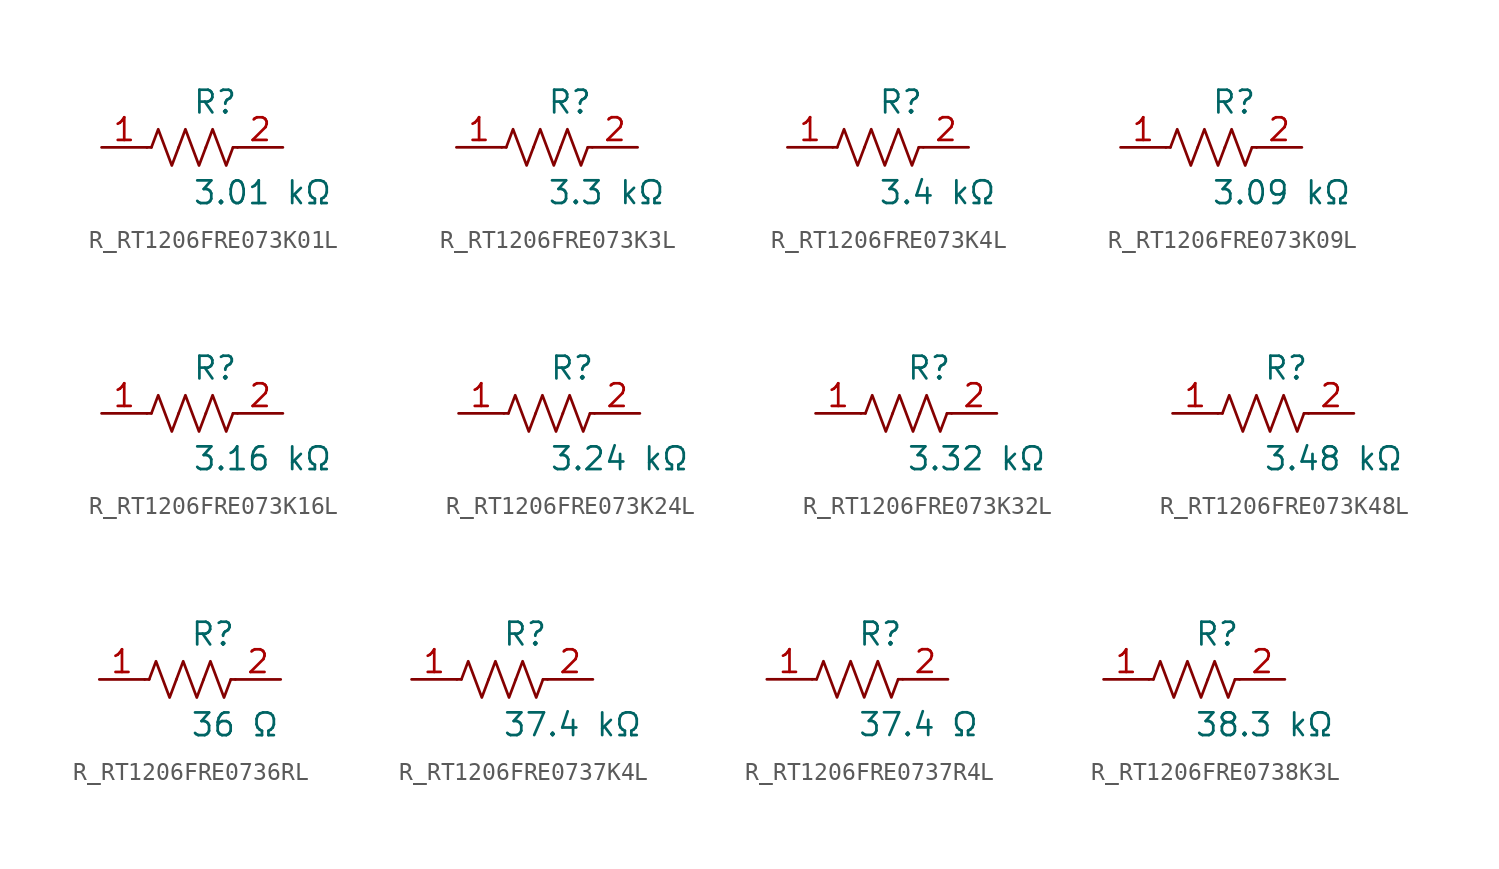
<source format=kicad_sym>
(kicad_symbol_lib
  (version 20231120)
  (generator kicad_symbol_editor)
  (generator_version 8.0)
  (symbol "R_RT1206FRE073K01L"
    (pin_names
      (offset 0.254))
    (property "Reference" "R"
      (at 0 2.54 0)
      (effects (font (size 1.27 1.27)) (justify left)))
    (property "Value" "3.01 kΩ"
      (at 0 -2.54 0)
      (effects (font (size 1.27 1.27)) (justify left)))
    (symbol "R_RT1206FRE073K01L_0_1"
      (polyline (pts (xy 2.286 0) (xy 2.54 0)) (stroke (width 0) (type default)) (fill (type none)))
      (polyline (pts (xy -2.286 0) (xy -2.54 0)) (stroke (width 0) (type default)) (fill (type none)))
      (polyline (pts (xy 0.762 0) (xy 1.143 1.016) (xy 1.524 0) (xy 1.905 -1.016) (xy 2.286 0)) (stroke (width 0) (type default)) (fill (type none)))
      (polyline (pts (xy -0.762 0) (xy -0.381 1.016) (xy 0 0) (xy 0.381 -1.016) (xy 0.762 0)) (stroke (width 0) (type default)) (fill (type none)))
      (polyline (pts (xy -2.286 0) (xy -1.905 1.016) (xy -1.524 0) (xy -1.143 -1.016) (xy -0.762 0)) (stroke (width 0) (type default)) (fill (type none))))
    (pin unspecified line
      (at -5.08 0 0)
      (length 2.54)
      (name "" (effects (font (size 1.27 1.27))))
      (number "1" (effects (font (size 1.27 1.27)))))
    (pin unspecified line
      (at 5.08 0 180)
      (length 2.54)
      (name "" (effects (font (size 1.27 1.27))))
      (number "2" (effects (font (size 1.27 1.27))))))
  (symbol "R_RT1206FRE073K3L"
    (pin_names
      (offset 0.254))
    (property "Reference" "R"
      (at 0 2.54 0)
      (effects (font (size 1.27 1.27)) (justify left)))
    (property "Value" "3.3 kΩ"
      (at 0 -2.54 0)
      (effects (font (size 1.27 1.27)) (justify left)))
    (symbol "R_RT1206FRE073K3L_0_1"
      (polyline (pts (xy 2.286 0) (xy 2.54 0)) (stroke (width 0) (type default)) (fill (type none)))
      (polyline (pts (xy -2.286 0) (xy -2.54 0)) (stroke (width 0) (type default)) (fill (type none)))
      (polyline (pts (xy 0.762 0) (xy 1.143 1.016) (xy 1.524 0) (xy 1.905 -1.016) (xy 2.286 0)) (stroke (width 0) (type default)) (fill (type none)))
      (polyline (pts (xy -0.762 0) (xy -0.381 1.016) (xy 0 0) (xy 0.381 -1.016) (xy 0.762 0)) (stroke (width 0) (type default)) (fill (type none)))
      (polyline (pts (xy -2.286 0) (xy -1.905 1.016) (xy -1.524 0) (xy -1.143 -1.016) (xy -0.762 0)) (stroke (width 0) (type default)) (fill (type none))))
    (pin unspecified line
      (at -5.08 0 0)
      (length 2.54)
      (name "" (effects (font (size 1.27 1.27))))
      (number "1" (effects (font (size 1.27 1.27)))))
    (pin unspecified line
      (at 5.08 0 180)
      (length 2.54)
      (name "" (effects (font (size 1.27 1.27))))
      (number "2" (effects (font (size 1.27 1.27))))))
  (symbol "R_RT1206FRE073K4L"
    (pin_names
      (offset 0.254))
    (property "Reference" "R"
      (at 0 2.54 0)
      (effects (font (size 1.27 1.27)) (justify left)))
    (property "Value" "3.4 kΩ"
      (at 0 -2.54 0)
      (effects (font (size 1.27 1.27)) (justify left)))
    (symbol "R_RT1206FRE073K4L_0_1"
      (polyline (pts (xy 2.286 0) (xy 2.54 0)) (stroke (width 0) (type default)) (fill (type none)))
      (polyline (pts (xy -2.286 0) (xy -2.54 0)) (stroke (width 0) (type default)) (fill (type none)))
      (polyline (pts (xy 0.762 0) (xy 1.143 1.016) (xy 1.524 0) (xy 1.905 -1.016) (xy 2.286 0)) (stroke (width 0) (type default)) (fill (type none)))
      (polyline (pts (xy -0.762 0) (xy -0.381 1.016) (xy 0 0) (xy 0.381 -1.016) (xy 0.762 0)) (stroke (width 0) (type default)) (fill (type none)))
      (polyline (pts (xy -2.286 0) (xy -1.905 1.016) (xy -1.524 0) (xy -1.143 -1.016) (xy -0.762 0)) (stroke (width 0) (type default)) (fill (type none))))
    (pin unspecified line
      (at -5.08 0 0)
      (length 2.54)
      (name "" (effects (font (size 1.27 1.27))))
      (number "1" (effects (font (size 1.27 1.27)))))
    (pin unspecified line
      (at 5.08 0 180)
      (length 2.54)
      (name "" (effects (font (size 1.27 1.27))))
      (number "2" (effects (font (size 1.27 1.27))))))
  (symbol "R_RT1206FRE073K09L"
    (pin_names
      (offset 0.254))
    (property "Reference" "R"
      (at 0 2.54 0)
      (effects (font (size 1.27 1.27)) (justify left)))
    (property "Value" "3.09 kΩ"
      (at 0 -2.54 0)
      (effects (font (size 1.27 1.27)) (justify left)))
    (symbol "R_RT1206FRE073K09L_0_1"
      (polyline (pts (xy 2.286 0) (xy 2.54 0)) (stroke (width 0) (type default)) (fill (type none)))
      (polyline (pts (xy -2.286 0) (xy -2.54 0)) (stroke (width 0) (type default)) (fill (type none)))
      (polyline (pts (xy 0.762 0) (xy 1.143 1.016) (xy 1.524 0) (xy 1.905 -1.016) (xy 2.286 0)) (stroke (width 0) (type default)) (fill (type none)))
      (polyline (pts (xy -0.762 0) (xy -0.381 1.016) (xy 0 0) (xy 0.381 -1.016) (xy 0.762 0)) (stroke (width 0) (type default)) (fill (type none)))
      (polyline (pts (xy -2.286 0) (xy -1.905 1.016) (xy -1.524 0) (xy -1.143 -1.016) (xy -0.762 0)) (stroke (width 0) (type default)) (fill (type none))))
    (pin unspecified line
      (at -5.08 0 0)
      (length 2.54)
      (name "" (effects (font (size 1.27 1.27))))
      (number "1" (effects (font (size 1.27 1.27)))))
    (pin unspecified line
      (at 5.08 0 180)
      (length 2.54)
      (name "" (effects (font (size 1.27 1.27))))
      (number "2" (effects (font (size 1.27 1.27))))))
  (symbol "R_RT1206FRE073K16L"
    (pin_names
      (offset 0.254))
    (property "Reference" "R"
      (at 0 2.54 0)
      (effects (font (size 1.27 1.27)) (justify left)))
    (property "Value" "3.16 kΩ"
      (at 0 -2.54 0)
      (effects (font (size 1.27 1.27)) (justify left)))
    (symbol "R_RT1206FRE073K16L_0_1"
      (polyline (pts (xy 2.286 0) (xy 2.54 0)) (stroke (width 0) (type default)) (fill (type none)))
      (polyline (pts (xy -2.286 0) (xy -2.54 0)) (stroke (width 0) (type default)) (fill (type none)))
      (polyline (pts (xy 0.762 0) (xy 1.143 1.016) (xy 1.524 0) (xy 1.905 -1.016) (xy 2.286 0)) (stroke (width 0) (type default)) (fill (type none)))
      (polyline (pts (xy -0.762 0) (xy -0.381 1.016) (xy 0 0) (xy 0.381 -1.016) (xy 0.762 0)) (stroke (width 0) (type default)) (fill (type none)))
      (polyline (pts (xy -2.286 0) (xy -1.905 1.016) (xy -1.524 0) (xy -1.143 -1.016) (xy -0.762 0)) (stroke (width 0) (type default)) (fill (type none))))
    (pin unspecified line
      (at -5.08 0 0)
      (length 2.54)
      (name "" (effects (font (size 1.27 1.27))))
      (number "1" (effects (font (size 1.27 1.27)))))
    (pin unspecified line
      (at 5.08 0 180)
      (length 2.54)
      (name "" (effects (font (size 1.27 1.27))))
      (number "2" (effects (font (size 1.27 1.27))))))
  (symbol "R_RT1206FRE073K24L"
    (pin_names
      (offset 0.254))
    (property "Reference" "R"
      (at 0 2.54 0)
      (effects (font (size 1.27 1.27)) (justify left)))
    (property "Value" "3.24 kΩ"
      (at 0 -2.54 0)
      (effects (font (size 1.27 1.27)) (justify left)))
    (symbol "R_RT1206FRE073K24L_0_1"
      (polyline (pts (xy 2.286 0) (xy 2.54 0)) (stroke (width 0) (type default)) (fill (type none)))
      (polyline (pts (xy -2.286 0) (xy -2.54 0)) (stroke (width 0) (type default)) (fill (type none)))
      (polyline (pts (xy 0.762 0) (xy 1.143 1.016) (xy 1.524 0) (xy 1.905 -1.016) (xy 2.286 0)) (stroke (width 0) (type default)) (fill (type none)))
      (polyline (pts (xy -0.762 0) (xy -0.381 1.016) (xy 0 0) (xy 0.381 -1.016) (xy 0.762 0)) (stroke (width 0) (type default)) (fill (type none)))
      (polyline (pts (xy -2.286 0) (xy -1.905 1.016) (xy -1.524 0) (xy -1.143 -1.016) (xy -0.762 0)) (stroke (width 0) (type default)) (fill (type none))))
    (pin unspecified line
      (at -5.08 0 0)
      (length 2.54)
      (name "" (effects (font (size 1.27 1.27))))
      (number "1" (effects (font (size 1.27 1.27)))))
    (pin unspecified line
      (at 5.08 0 180)
      (length 2.54)
      (name "" (effects (font (size 1.27 1.27))))
      (number "2" (effects (font (size 1.27 1.27))))))
  (symbol "R_RT1206FRE073K32L"
    (pin_names
      (offset 0.254))
    (property "Reference" "R"
      (at 0 2.54 0)
      (effects (font (size 1.27 1.27)) (justify left)))
    (property "Value" "3.32 kΩ"
      (at 0 -2.54 0)
      (effects (font (size 1.27 1.27)) (justify left)))
    (symbol "R_RT1206FRE073K32L_0_1"
      (polyline (pts (xy 2.286 0) (xy 2.54 0)) (stroke (width 0) (type default)) (fill (type none)))
      (polyline (pts (xy -2.286 0) (xy -2.54 0)) (stroke (width 0) (type default)) (fill (type none)))
      (polyline (pts (xy 0.762 0) (xy 1.143 1.016) (xy 1.524 0) (xy 1.905 -1.016) (xy 2.286 0)) (stroke (width 0) (type default)) (fill (type none)))
      (polyline (pts (xy -0.762 0) (xy -0.381 1.016) (xy 0 0) (xy 0.381 -1.016) (xy 0.762 0)) (stroke (width 0) (type default)) (fill (type none)))
      (polyline (pts (xy -2.286 0) (xy -1.905 1.016) (xy -1.524 0) (xy -1.143 -1.016) (xy -0.762 0)) (stroke (width 0) (type default)) (fill (type none))))
    (pin unspecified line
      (at -5.08 0 0)
      (length 2.54)
      (name "" (effects (font (size 1.27 1.27))))
      (number "1" (effects (font (size 1.27 1.27)))))
    (pin unspecified line
      (at 5.08 0 180)
      (length 2.54)
      (name "" (effects (font (size 1.27 1.27))))
      (number "2" (effects (font (size 1.27 1.27))))))
  (symbol "R_RT1206FRE073K48L"
    (pin_names
      (offset 0.254))
    (property "Reference" "R"
      (at 0 2.54 0)
      (effects (font (size 1.27 1.27)) (justify left)))
    (property "Value" "3.48 kΩ"
      (at 0 -2.54 0)
      (effects (font (size 1.27 1.27)) (justify left)))
    (symbol "R_RT1206FRE073K48L_0_1"
      (polyline (pts (xy 2.286 0) (xy 2.54 0)) (stroke (width 0) (type default)) (fill (type none)))
      (polyline (pts (xy -2.286 0) (xy -2.54 0)) (stroke (width 0) (type default)) (fill (type none)))
      (polyline (pts (xy 0.762 0) (xy 1.143 1.016) (xy 1.524 0) (xy 1.905 -1.016) (xy 2.286 0)) (stroke (width 0) (type default)) (fill (type none)))
      (polyline (pts (xy -0.762 0) (xy -0.381 1.016) (xy 0 0) (xy 0.381 -1.016) (xy 0.762 0)) (stroke (width 0) (type default)) (fill (type none)))
      (polyline (pts (xy -2.286 0) (xy -1.905 1.016) (xy -1.524 0) (xy -1.143 -1.016) (xy -0.762 0)) (stroke (width 0) (type default)) (fill (type none))))
    (pin unspecified line
      (at -5.08 0 0)
      (length 2.54)
      (name "" (effects (font (size 1.27 1.27))))
      (number "1" (effects (font (size 1.27 1.27)))))
    (pin unspecified line
      (at 5.08 0 180)
      (length 2.54)
      (name "" (effects (font (size 1.27 1.27))))
      (number "2" (effects (font (size 1.27 1.27))))))
  (symbol "R_RT1206FRE0736RL"
    (pin_names
      (offset 0.254))
    (property "Reference" "R"
      (at 0 2.54 0)
      (effects (font (size 1.27 1.27)) (justify left)))
    (property "Value" "36 Ω"
      (at 0 -2.54 0)
      (effects (font (size 1.27 1.27)) (justify left)))
    (symbol "R_RT1206FRE0736RL_0_1"
      (polyline (pts (xy 2.286 0) (xy 2.54 0)) (stroke (width 0) (type default)) (fill (type none)))
      (polyline (pts (xy -2.286 0) (xy -2.54 0)) (stroke (width 0) (type default)) (fill (type none)))
      (polyline (pts (xy 0.762 0) (xy 1.143 1.016) (xy 1.524 0) (xy 1.905 -1.016) (xy 2.286 0)) (stroke (width 0) (type default)) (fill (type none)))
      (polyline (pts (xy -0.762 0) (xy -0.381 1.016) (xy 0 0) (xy 0.381 -1.016) (xy 0.762 0)) (stroke (width 0) (type default)) (fill (type none)))
      (polyline (pts (xy -2.286 0) (xy -1.905 1.016) (xy -1.524 0) (xy -1.143 -1.016) (xy -0.762 0)) (stroke (width 0) (type default)) (fill (type none))))
    (pin unspecified line
      (at -5.08 0 0)
      (length 2.54)
      (name "" (effects (font (size 1.27 1.27))))
      (number "1" (effects (font (size 1.27 1.27)))))
    (pin unspecified line
      (at 5.08 0 180)
      (length 2.54)
      (name "" (effects (font (size 1.27 1.27))))
      (number "2" (effects (font (size 1.27 1.27))))))
  (symbol "R_RT1206FRE0737K4L"
    (pin_names
      (offset 0.254))
    (property "Reference" "R"
      (at 0 2.54 0)
      (effects (font (size 1.27 1.27)) (justify left)))
    (property "Value" "37.4 kΩ"
      (at 0 -2.54 0)
      (effects (font (size 1.27 1.27)) (justify left)))
    (symbol "R_RT1206FRE0737K4L_0_1"
      (polyline (pts (xy 2.286 0) (xy 2.54 0)) (stroke (width 0) (type default)) (fill (type none)))
      (polyline (pts (xy -2.286 0) (xy -2.54 0)) (stroke (width 0) (type default)) (fill (type none)))
      (polyline (pts (xy 0.762 0) (xy 1.143 1.016) (xy 1.524 0) (xy 1.905 -1.016) (xy 2.286 0)) (stroke (width 0) (type default)) (fill (type none)))
      (polyline (pts (xy -0.762 0) (xy -0.381 1.016) (xy 0 0) (xy 0.381 -1.016) (xy 0.762 0)) (stroke (width 0) (type default)) (fill (type none)))
      (polyline (pts (xy -2.286 0) (xy -1.905 1.016) (xy -1.524 0) (xy -1.143 -1.016) (xy -0.762 0)) (stroke (width 0) (type default)) (fill (type none))))
    (pin unspecified line
      (at -5.08 0 0)
      (length 2.54)
      (name "" (effects (font (size 1.27 1.27))))
      (number "1" (effects (font (size 1.27 1.27)))))
    (pin unspecified line
      (at 5.08 0 180)
      (length 2.54)
      (name "" (effects (font (size 1.27 1.27))))
      (number "2" (effects (font (size 1.27 1.27))))))
  (symbol "R_RT1206FRE0737R4L"
    (pin_names
      (offset 0.254))
    (property "Reference" "R"
      (at 0 2.54 0)
      (effects (font (size 1.27 1.27)) (justify left)))
    (property "Value" "37.4 Ω"
      (at 0 -2.54 0)
      (effects (font (size 1.27 1.27)) (justify left)))
    (symbol "R_RT1206FRE0737R4L_0_1"
      (polyline (pts (xy 2.286 0) (xy 2.54 0)) (stroke (width 0) (type default)) (fill (type none)))
      (polyline (pts (xy -2.286 0) (xy -2.54 0)) (stroke (width 0) (type default)) (fill (type none)))
      (polyline (pts (xy 0.762 0) (xy 1.143 1.016) (xy 1.524 0) (xy 1.905 -1.016) (xy 2.286 0)) (stroke (width 0) (type default)) (fill (type none)))
      (polyline (pts (xy -0.762 0) (xy -0.381 1.016) (xy 0 0) (xy 0.381 -1.016) (xy 0.762 0)) (stroke (width 0) (type default)) (fill (type none)))
      (polyline (pts (xy -2.286 0) (xy -1.905 1.016) (xy -1.524 0) (xy -1.143 -1.016) (xy -0.762 0)) (stroke (width 0) (type default)) (fill (type none))))
    (pin unspecified line
      (at -5.08 0 0)
      (length 2.54)
      (name "" (effects (font (size 1.27 1.27))))
      (number "1" (effects (font (size 1.27 1.27)))))
    (pin unspecified line
      (at 5.08 0 180)
      (length 2.54)
      (name "" (effects (font (size 1.27 1.27))))
      (number "2" (effects (font (size 1.27 1.27))))))
  (symbol "R_RT1206FRE0738K3L"
    (pin_names
      (offset 0.254))
    (property "Reference" "R"
      (at 0 2.54 0)
      (effects (font (size 1.27 1.27)) (justify left)))
    (property "Value" "38.3 kΩ"
      (at 0 -2.54 0)
      (effects (font (size 1.27 1.27)) (justify left)))
    (symbol "R_RT1206FRE0738K3L_0_1"
      (polyline (pts (xy 2.286 0) (xy 2.54 0)) (stroke (width 0) (type default)) (fill (type none)))
      (polyline (pts (xy -2.286 0) (xy -2.54 0)) (stroke (width 0) (type default)) (fill (type none)))
      (polyline (pts (xy 0.762 0) (xy 1.143 1.016) (xy 1.524 0) (xy 1.905 -1.016) (xy 2.286 0)) (stroke (width 0) (type default)) (fill (type none)))
      (polyline (pts (xy -0.762 0) (xy -0.381 1.016) (xy 0 0) (xy 0.381 -1.016) (xy 0.762 0)) (stroke (width 0) (type default)) (fill (type none)))
      (polyline (pts (xy -2.286 0) (xy -1.905 1.016) (xy -1.524 0) (xy -1.143 -1.016) (xy -0.762 0)) (stroke (width 0) (type default)) (fill (type none))))
    (pin unspecified line
      (at -5.08 0 0)
      (length 2.54)
      (name "" (effects (font (size 1.27 1.27))))
      (number "1" (effects (font (size 1.27 1.27)))))
    (pin unspecified line
      (at 5.08 0 180)
      (length 2.54)
      (name "" (effects (font (size 1.27 1.27))))
      (number "2" (effects (font (size 1.27 1.27)))))))
</source>
